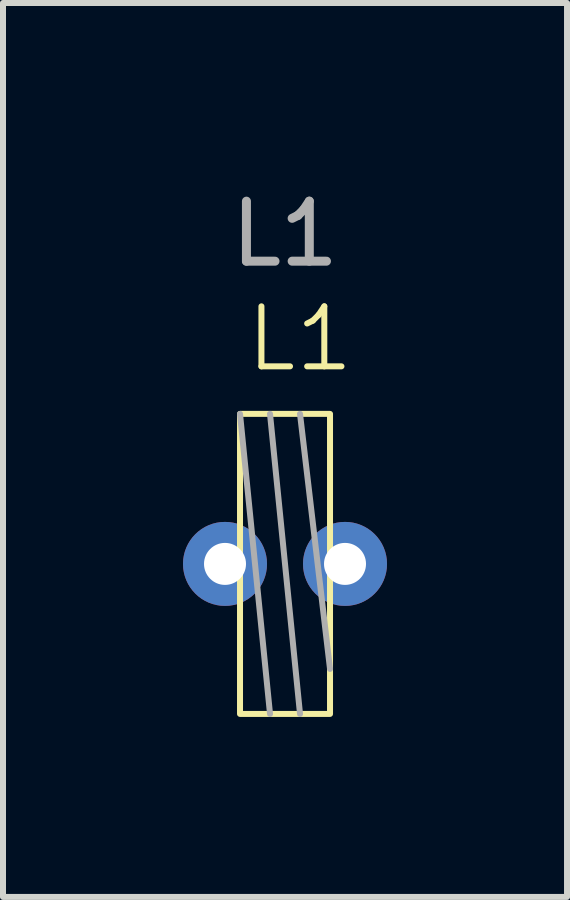
<source format=kicad_pcb>
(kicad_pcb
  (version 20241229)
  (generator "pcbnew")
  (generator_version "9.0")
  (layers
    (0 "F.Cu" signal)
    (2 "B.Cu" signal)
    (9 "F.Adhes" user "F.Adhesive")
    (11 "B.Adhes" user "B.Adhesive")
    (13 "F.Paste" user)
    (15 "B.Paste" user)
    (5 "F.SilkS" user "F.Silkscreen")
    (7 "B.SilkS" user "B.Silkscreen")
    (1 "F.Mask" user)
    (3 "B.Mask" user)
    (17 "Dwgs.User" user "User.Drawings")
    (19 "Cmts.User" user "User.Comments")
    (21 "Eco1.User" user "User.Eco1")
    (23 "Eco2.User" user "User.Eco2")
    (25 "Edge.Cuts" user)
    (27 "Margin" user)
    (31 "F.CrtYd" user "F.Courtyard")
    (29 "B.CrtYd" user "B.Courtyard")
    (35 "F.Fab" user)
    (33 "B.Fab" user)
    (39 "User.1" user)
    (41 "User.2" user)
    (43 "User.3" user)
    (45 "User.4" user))
  (footprint "L1"
    (layer "F.Cu")
    (at 1.7 6.348)
    (property "Reference" "L1" (at 0.25 -3.75 0) (unlocked yes) (layer "F.SilkS") (effects (font (size 1 1) (thickness 0.1))))
    (attr smd)
    (fp_rect (start -0.75 -2.5) (end 0.75 2.5) (stroke (width 0.1) (type default)) (fill no) (layer "F.SilkS"))
    (fp_line (start -0.75 -2.5) (end -0.25 2.5) (stroke (width 0.1) (type solid)) (layer "F.Fab"))
    (fp_line (start -0.25 -2.5) (end 0.25 2.5) (stroke (width 0.1) (type solid)) (layer "F.Fab"))
    (fp_line (start 0.25 -2.5) (end 0.75 1.75) (stroke (width 0.1) (type solid)) (layer "F.Fab"))
    (fp_text user "${REFERENCE}" (at 0 -5.5 0) (unlocked yes) (layer "F.Fab") (effects (font (size 1 1) (thickness 0.15))))
    (pad "1" thru_hole circle (at -1 0) (size 1.4 1.4) (drill 0.7) (layers "*.Cu" "*.Mask"))
    (pad "2" thru_hole circle (at 1 0) (size 1.4 1.4) (drill 0.7) (layers "*.Cu" "*.Mask")))
  (gr_rect
    (start -3 -3)
    (end 6.4 11.898)
    (stroke (width 0.1) (type default))
    (fill no)
    (layer "Edge.Cuts")))
</source>
